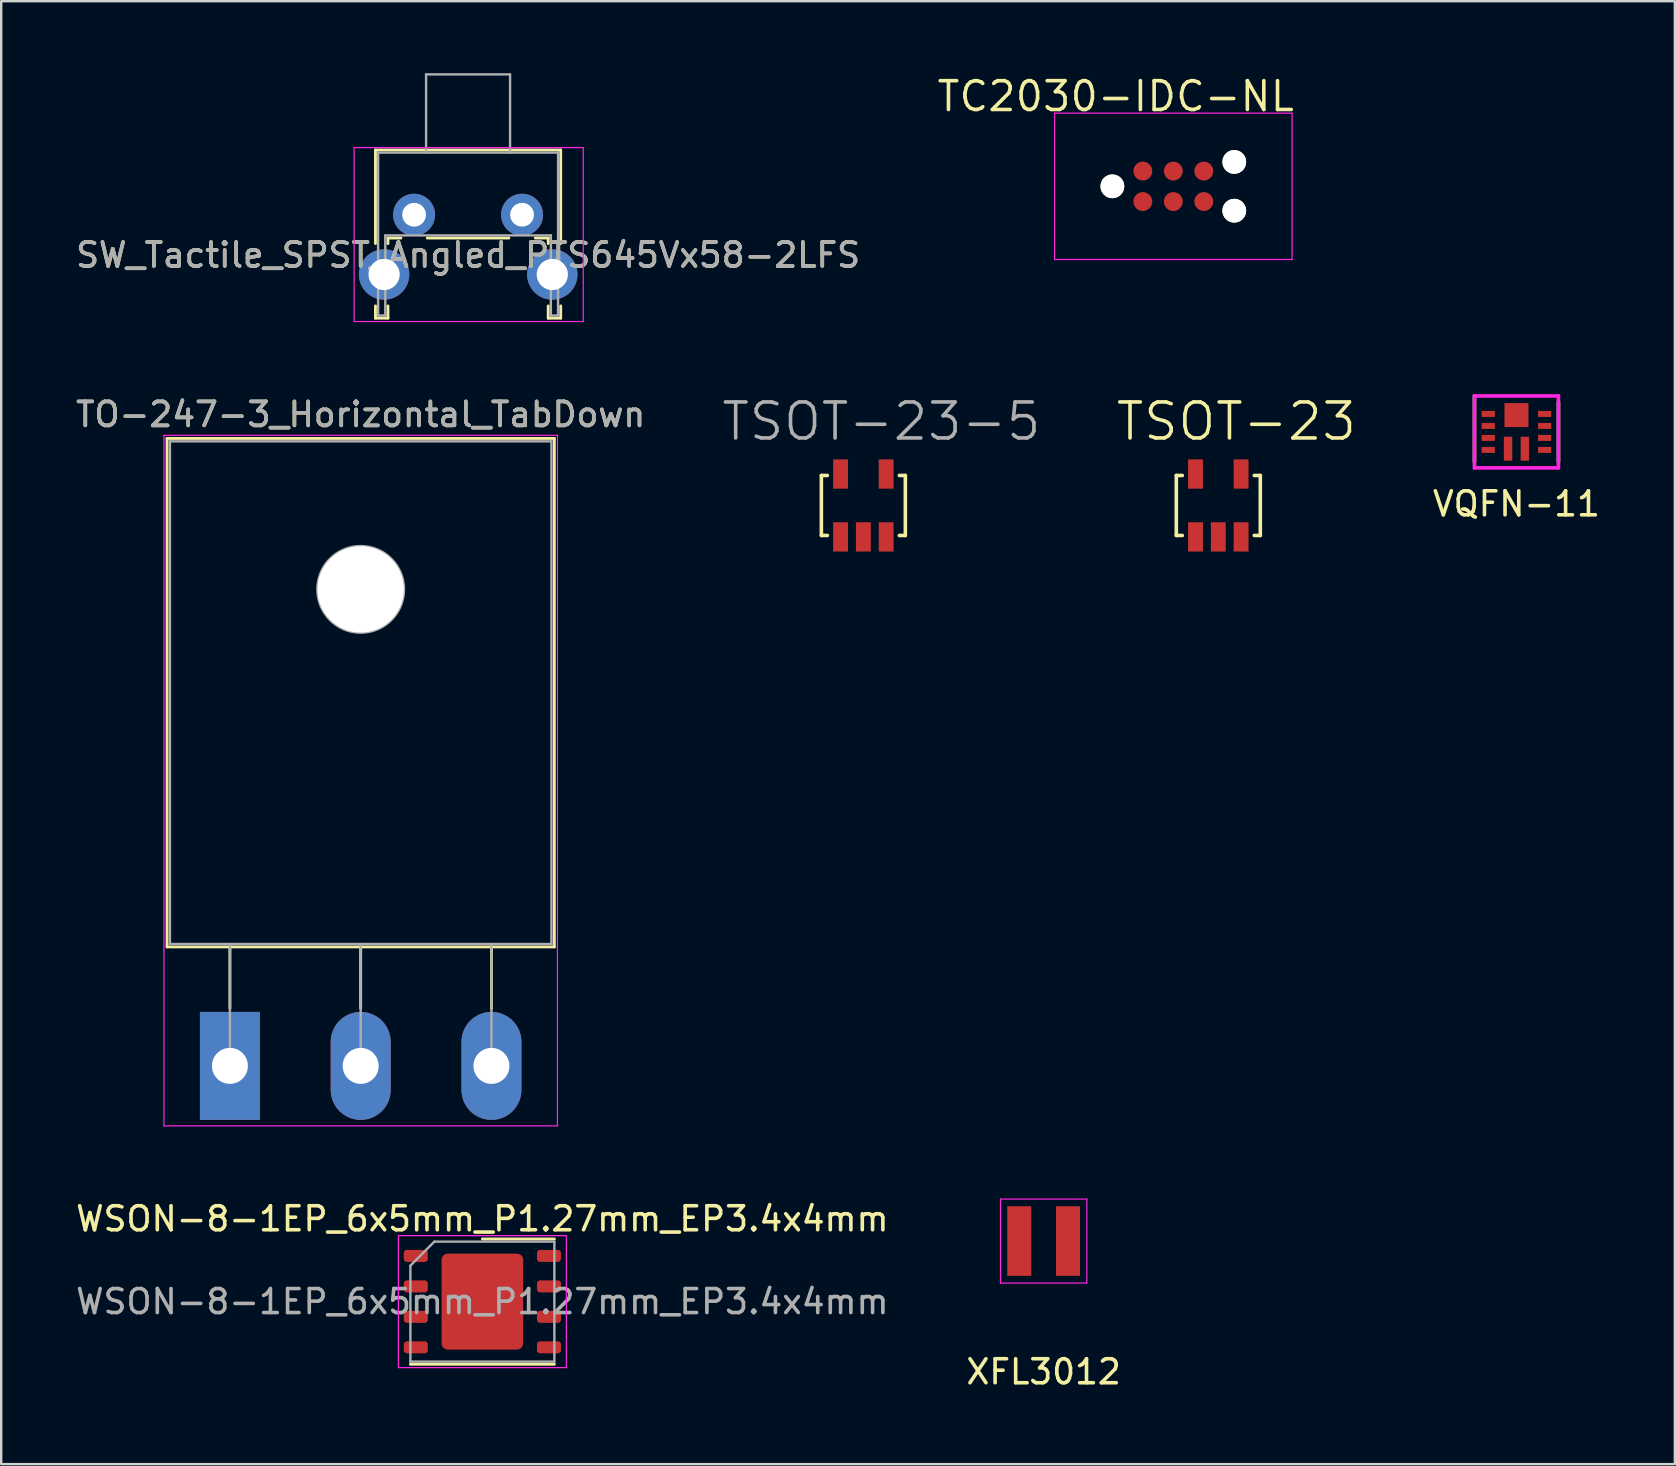
<source format=kicad_pcb>
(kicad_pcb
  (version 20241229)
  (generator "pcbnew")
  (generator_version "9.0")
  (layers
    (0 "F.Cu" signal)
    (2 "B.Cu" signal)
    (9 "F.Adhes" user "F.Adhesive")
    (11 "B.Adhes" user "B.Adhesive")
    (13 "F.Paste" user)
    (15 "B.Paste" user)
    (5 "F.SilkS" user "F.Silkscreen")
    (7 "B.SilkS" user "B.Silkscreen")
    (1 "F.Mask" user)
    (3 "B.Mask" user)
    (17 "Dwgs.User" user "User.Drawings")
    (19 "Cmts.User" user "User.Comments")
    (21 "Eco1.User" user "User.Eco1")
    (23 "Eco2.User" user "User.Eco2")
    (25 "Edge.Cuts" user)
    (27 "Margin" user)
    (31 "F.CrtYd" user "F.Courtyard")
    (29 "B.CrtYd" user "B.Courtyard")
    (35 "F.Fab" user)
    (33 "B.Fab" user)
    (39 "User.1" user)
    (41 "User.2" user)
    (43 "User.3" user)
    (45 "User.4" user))
  (footprint "WSON-8-1EP_6x5mm_P1.27mm_EP3.4x4mm"
    (layer "F.Cu")
    (at 17.054 51.197)
    (property "Reference" "WSON-8-1EP_6x5mm_P1.27mm_EP3.4x4mm" (at 0 -3.45 0) (layer "F.SilkS") (effects (font (size 1 1) (thickness 0.15))))
    (attr smd)
    (fp_line (start -3 2.61) (end 3 2.61) (stroke (width 0.12) (type solid)) (layer "F.SilkS"))
    (fp_line (start 0 -2.61) (end 3 -2.61) (stroke (width 0.12) (type solid)) (layer "F.SilkS"))
    (fp_line (start -3.5 -2.75) (end -3.5 2.75) (stroke (width 0.05) (type solid)) (layer "F.CrtYd"))
    (fp_line (start -3.5 2.75) (end 3.5 2.75) (stroke (width 0.05) (type solid)) (layer "F.CrtYd"))
    (fp_line (start 3.5 -2.75) (end -3.5 -2.75) (stroke (width 0.05) (type solid)) (layer "F.CrtYd"))
    (fp_line (start 3.5 2.75) (end 3.5 -2.75) (stroke (width 0.05) (type solid)) (layer "F.CrtYd"))
    (fp_line (start -3 -1.5) (end -2 -2.5) (stroke (width 0.1) (type solid)) (layer "F.Fab"))
    (fp_line (start -3 2.5) (end -3 -1.5) (stroke (width 0.1) (type solid)) (layer "F.Fab"))
    (fp_line (start -2 -2.5) (end 3 -2.5) (stroke (width 0.1) (type solid)) (layer "F.Fab"))
    (fp_line (start 3 -2.5) (end 3 2.5) (stroke (width 0.1) (type solid)) (layer "F.Fab"))
    (fp_line (start 3 2.5) (end -3 2.5) (stroke (width 0.1) (type solid)) (layer "F.Fab"))
    (fp_text user "${REFERENCE}" (at 0 0 0) (layer "F.Fab") (effects (font (size 1 1) (thickness 0.15))))
    (pad "" smd roundrect (at -0.85 -1) (size 1.37 1.61) (layers "F.Paste") (roundrect_rratio 0.182))
    (pad "" smd roundrect (at -0.85 1) (size 1.37 1.61) (layers "F.Paste") (roundrect_rratio 0.182))
    (pad "" smd roundrect (at 0.85 -1) (size 1.37 1.61) (layers "F.Paste") (roundrect_rratio 0.182))
    (pad "" smd roundrect (at 0.85 1) (size 1.37 1.61) (layers "F.Paste") (roundrect_rratio 0.182))
    (pad "1" smd roundrect (at -2.775 -1.905) (size 1 0.5) (layers "F.Cu" "F.Mask" "F.Paste") (roundrect_rratio 0.25))
    (pad "2" smd roundrect (at -2.775 -0.635) (size 1 0.5) (layers "F.Cu" "F.Mask" "F.Paste") (roundrect_rratio 0.25))
    (pad "3" smd roundrect (at -2.775 0.635) (size 1 0.5) (layers "F.Cu" "F.Mask" "F.Paste") (roundrect_rratio 0.25))
    (pad "4" smd roundrect (at -2.775 1.905) (size 1 0.5) (layers "F.Cu" "F.Mask" "F.Paste") (roundrect_rratio 0.25))
    (pad "5" smd roundrect (at 2.775 1.905) (size 1 0.5) (layers "F.Cu" "F.Mask" "F.Paste") (roundrect_rratio 0.25))
    (pad "6" smd roundrect (at 2.775 0.635) (size 1 0.5) (layers "F.Cu" "F.Mask" "F.Paste") (roundrect_rratio 0.25))
    (pad "7" smd roundrect (at 2.775 -0.635) (size 1 0.5) (layers "F.Cu" "F.Mask" "F.Paste") (roundrect_rratio 0.25))
    (pad "8" smd roundrect (at 2.775 -1.905) (size 1 0.5) (layers "F.Cu" "F.Mask" "F.Paste") (roundrect_rratio 0.25))
    (pad "9" smd roundrect (at 0 0) (size 3.4 4) (layers "F.Cu" "F.Mask") (roundrect_rratio 0.074)))
  (footprint "SW_Tactile_SPST_Angled_PTS645Vx58-2LFS"
    (layer "F.Cu")
    (at 16.458 5.9)
    (property "Reference" "SW_Tactile_SPST_Angled_PTS645Vx58-2LFS" (at 0 1.68 0) (layer "F.SilkS") (effects (font (size 1 1) (thickness 0.15))))
    (attr through_hole)
    (fp_line (start -3.86 -2.7) (end -3.86 1.2) (stroke (width 0.12) (type solid)) (layer "F.SilkS"))
    (fp_line (start -3.86 -2.7) (end 3.86 -2.7) (stroke (width 0.12) (type solid)) (layer "F.SilkS"))
    (fp_line (start -3.86 3.8) (end -3.86 4.31) (stroke (width 0.12) (type solid)) (layer "F.SilkS"))
    (fp_line (start -3.86 4.31) (end -3.34 4.31) (stroke (width 0.12) (type solid)) (layer "F.SilkS"))
    (fp_line (start -3.34 0.97) (end -3.34 1.2) (stroke (width 0.12) (type solid)) (layer "F.SilkS"))
    (fp_line (start -3.34 0.97) (end -2.8 0.97) (stroke (width 0.12) (type solid)) (layer "F.SilkS"))
    (fp_line (start -3.34 3.8) (end -3.34 4.31) (stroke (width 0.12) (type solid)) (layer "F.SilkS"))
    (fp_line (start -1.7 0.97) (end 1.7 0.97) (stroke (width 0.12) (type solid)) (layer "F.SilkS"))
    (fp_line (start 2.8 0.97) (end 3.34 0.97) (stroke (width 0.12) (type solid)) (layer "F.SilkS"))
    (fp_line (start 3.34 0.97) (end 3.34 1.2) (stroke (width 0.12) (type solid)) (layer "F.SilkS"))
    (fp_line (start 3.34 3.8) (end 3.34 4.31) (stroke (width 0.12) (type solid)) (layer "F.SilkS"))
    (fp_line (start 3.34 4.31) (end 3.86 4.31) (stroke (width 0.12) (type solid)) (layer "F.SilkS"))
    (fp_line (start 3.86 -2.7) (end 3.86 1.2) (stroke (width 0.12) (type solid)) (layer "F.SilkS"))
    (fp_line (start 3.86 3.8) (end 3.86 4.31) (stroke (width 0.12) (type solid)) (layer "F.SilkS"))
    (fp_line (start -4.75 -2.8) (end 4.8 -2.8) (stroke (width 0.05) (type solid)) (layer "F.CrtYd"))
    (fp_line (start -4.75 4.45) (end -4.75 -2.8) (stroke (width 0.05) (type solid)) (layer "F.CrtYd"))
    (fp_line (start 4.8 -2.8) (end 4.8 4.45) (stroke (width 0.05) (type solid)) (layer "F.CrtYd"))
    (fp_line (start 4.8 4.45) (end -4.75 4.45) (stroke (width 0.05) (type solid)) (layer "F.CrtYd"))
    (fp_line (start -3.75 -2.59) (end 3.75 -2.59) (stroke (width 0.1) (type solid)) (layer "F.Fab"))
    (fp_line (start -3.75 4.2) (end -3.75 -2.59) (stroke (width 0.1) (type solid)) (layer "F.Fab"))
    (fp_line (start -3.75 4.2) (end -3.45 4.2) (stroke (width 0.1) (type solid)) (layer "F.Fab"))
    (fp_line (start -3.45 0.86) (end 3.45 0.86) (stroke (width 0.1) (type solid)) (layer "F.Fab"))
    (fp_line (start -3.45 4.2) (end -3.45 0.86) (stroke (width 0.1) (type solid)) (layer "F.Fab"))
    (fp_line (start -1.75 -5.85) (end -1.75 -2.59) (stroke (width 0.1) (type solid)) (layer "F.Fab"))
    (fp_line (start -1.75 -5.85) (end 1.75 -5.85) (stroke (width 0.1) (type solid)) (layer "F.Fab"))
    (fp_line (start 1.75 -5.85) (end 1.75 -2.59) (stroke (width 0.1) (type solid)) (layer "F.Fab"))
    (fp_line (start 3.45 4.2) (end 3.45 0.86) (stroke (width 0.1) (type solid)) (layer "F.Fab"))
    (fp_line (start 3.45 4.2) (end 3.75 4.2) (stroke (width 0.1) (type solid)) (layer "F.Fab"))
    (fp_line (start 3.75 4.2) (end 3.75 -2.59) (stroke (width 0.1) (type solid)) (layer "F.Fab"))
    (fp_text user "${REFERENCE}" (at 0 1.68 0) (layer "F.Fab") (effects (font (size 1 1) (thickness 0.15))))
    (pad "" thru_hole circle (at -3.5 2.49) (size 2.1 2.1) (drill 1.3) (layers "*.Cu" "*.Mask"))
    (pad "" thru_hole circle (at 3.51 2.49) (size 2.1 2.1) (drill 1.3) (layers "*.Cu" "*.Mask"))
    (pad "1" thru_hole circle (at -2.25 0) (size 1.75 1.75) (drill 0.99) (layers "*.Cu" "*.Mask"))
    (pad "2" thru_hole circle (at 2.25 0) (size 1.75 1.75) (drill 0.99) (layers "*.Cu" "*.Mask")))
  (footprint "TO-247-3_Horizontal_TabDown"
    (layer "F.Cu")
    (at 6.532 41.373)
    (property "Reference" "TO-247-3_Horizontal_TabDown" (at 5.45 -27.15 0) (layer "F.SilkS") (effects (font (size 1 1) (thickness 0.15))))
    (attr through_hole)
    (fp_line (start -2.62 -26.15) (end -2.62 -4.96) (stroke (width 0.12) (type solid)) (layer "F.SilkS"))
    (fp_line (start -2.62 -26.15) (end 13.52 -26.15) (stroke (width 0.12) (type solid)) (layer "F.SilkS"))
    (fp_line (start -2.62 -4.96) (end 13.52 -4.96) (stroke (width 0.12) (type solid)) (layer "F.SilkS"))
    (fp_line (start 0 -4.96) (end 0 -2.4) (stroke (width 0.12) (type solid)) (layer "F.SilkS"))
    (fp_line (start 5.45 -4.96) (end 5.45 -2.4) (stroke (width 0.12) (type solid)) (layer "F.SilkS"))
    (fp_line (start 10.9 -4.96) (end 10.9 -2.4) (stroke (width 0.12) (type solid)) (layer "F.SilkS"))
    (fp_line (start 13.52 -26.15) (end 13.52 -4.96) (stroke (width 0.12) (type solid)) (layer "F.SilkS"))
    (fp_line (start -2.75 -26.28) (end -2.75 2.5) (stroke (width 0.05) (type solid)) (layer "F.CrtYd"))
    (fp_line (start -2.75 2.5) (end 13.65 2.5) (stroke (width 0.05) (type solid)) (layer "F.CrtYd"))
    (fp_line (start 13.65 -26.28) (end -2.75 -26.28) (stroke (width 0.05) (type solid)) (layer "F.CrtYd"))
    (fp_line (start 13.65 2.5) (end 13.65 -26.28) (stroke (width 0.05) (type solid)) (layer "F.CrtYd"))
    (fp_line (start -2.5 -26.03) (end 13.4 -26.03) (stroke (width 0.1) (type solid)) (layer "F.Fab"))
    (fp_line (start -2.5 -5.08) (end -2.5 -26.03) (stroke (width 0.1) (type solid)) (layer "F.Fab"))
    (fp_line (start 0 -5.08) (end 0 0) (stroke (width 0.1) (type solid)) (layer "F.Fab"))
    (fp_line (start 5.45 -5.08) (end 5.45 0) (stroke (width 0.1) (type solid)) (layer "F.Fab"))
    (fp_line (start 10.9 -5.08) (end 10.9 0) (stroke (width 0.1) (type solid)) (layer "F.Fab"))
    (fp_line (start 13.4 -26.03) (end 13.4 -5.08) (stroke (width 0.1) (type solid)) (layer "F.Fab"))
    (fp_line (start 13.4 -5.08) (end -2.5 -5.08) (stroke (width 0.1) (type solid)) (layer "F.Fab"))
    (fp_circle (center 5.45 -19.86) (end 7.255 -19.86) (stroke (width 0.1) (type solid)) (fill no) (layer "F.Fab"))
    (fp_text user "${REFERENCE}" (at 5.45 -27.15 0) (layer "F.Fab") (effects (font (size 1 1) (thickness 0.15))))
    (pad "" np_thru_hole oval (at 5.45 -19.86) (size 3.6 3.6) (drill 3.6) (layers "*.Cu" "*.Mask"))
    (pad "1" thru_hole rect (at 0 0) (size 2.5 4.5) (drill 1.5) (layers "*.Cu" "*.Mask"))
    (pad "2" thru_hole oval (at 5.45 0) (size 2.5 4.5) (drill 1.5) (layers "*.Cu" "*.Mask"))
    (pad "3" thru_hole oval (at 10.9 0) (size 2.5 4.5) (drill 1.5) (layers "*.Cu" "*.Mask")))
  (footprint "XFL3012"
    (layer "F.Cu")
    (at 40.446 48.673)
    (property "Reference" "XFL3012" (at 0 5.45 0) (layer "F.SilkS") (effects (font (size 1 1) (thickness 0.15))))
    (attr through_hole)
    (fp_line (start -1.8 -1.75) (end 1.8 -1.75) (stroke (width 0.05) (type solid)) (layer "F.CrtYd"))
    (fp_line (start -1.8 1.75) (end -1.8 -1.75) (stroke (width 0.05) (type solid)) (layer "F.CrtYd"))
    (fp_line (start 1.8 -1.75) (end 1.8 1.75) (stroke (width 0.05) (type solid)) (layer "F.CrtYd"))
    (fp_line (start 1.8 1.75) (end -1.8 1.75) (stroke (width 0.05) (type solid)) (layer "F.CrtYd"))
    (pad "1" smd rect (at -1.015 0) (size 1 2.9) (layers "F.Cu" "F.Mask" "F.Paste"))
    (pad "2" smd rect (at 1.015 0) (size 1 2.9) (layers "F.Cu" "F.Mask" "F.Paste")))
  (footprint "TC2030-IDC-NL"
    (layer "F.Cu")
    (at 45.85 4.715)
    (property "Reference" "TC2030-IDC-NL" (at -2.4 -3.75 0) (layer "F.SilkS") (effects (font (size 1.2 1.2) (thickness 0.15))))
    (attr through_hole)
    (fp_line (start -4.95 -3.05) (end -4.95 3.05) (stroke (width 0.05) (type solid)) (layer "F.CrtYd"))
    (fp_line (start -4.95 3.05) (end 4.95 3.05) (stroke (width 0.05) (type solid)) (layer "F.CrtYd"))
    (fp_line (start 4.95 -3.05) (end -4.95 -3.05) (stroke (width 0.05) (type solid)) (layer "F.CrtYd"))
    (fp_line (start 4.95 -3.05) (end 4.95 3.05) (stroke (width 0.05) (type solid)) (layer "F.CrtYd"))
    (pad "" np_thru_hole circle (at -2.54 0 180) (size 0.991 0.991) (drill 0.991) (layers "*.Cu" "*.Mask" "F.SilkS"))
    (pad "" np_thru_hole circle (at 2.54 -1.016) (size 0.991 0.991) (drill 0.991) (layers "*.Cu" "*.Mask" "F.SilkS"))
    (pad "" np_thru_hole circle (at 2.54 1.016 180) (size 0.991 0.991) (drill 0.991) (layers "*.Cu" "*.Mask" "F.SilkS"))
    (pad "1" smd oval (at -1.27 0.635 270) (size 0.787 0.787) (layers "F.Cu" "F.Mask"))
    (pad "2" smd oval (at -1.27 -0.635 90) (size 0.787 0.787) (layers "F.Cu" "F.Mask"))
    (pad "3" smd oval (at 0 0.635 270) (size 0.787 0.787) (layers "F.Cu" "F.Mask"))
    (pad "4" smd oval (at 0 -0.635 90) (size 0.787 0.787) (layers "F.Cu" "F.Mask"))
    (pad "5" smd oval (at 1.27 0.635 270) (size 0.787 0.787) (layers "F.Cu" "F.Mask"))
    (pad "6" smd oval (at 1.27 -0.635 90) (size 0.787 0.787) (layers "F.Cu" "F.Mask")))
  (footprint "VQFN-11"
    (layer "F.Cu")
    (at 60.151 14.95)
    (property "Reference" "VQFN-11" (at 0 3 0) (layer "F.SilkS") (effects (font (size 1 1) (thickness 0.15))))
    (attr through_hole)
    (fp_line (start -1.75 -1.5) (end -1.75 1.25) (stroke (width 0.15) (type solid)) (layer "F.SilkS"))
    (fp_line (start 1.75 -1.25) (end 1.75 1.25) (stroke (width 0.15) (type solid)) (layer "F.SilkS"))
    (fp_line (start -1.75 -1.5) (end 1.75 -1.5) (stroke (width 0.15) (type solid)) (layer "F.CrtYd"))
    (fp_line (start -1.75 1.5) (end -1.75 -1.5) (stroke (width 0.15) (type solid)) (layer "F.CrtYd"))
    (fp_line (start 1.75 -1.5) (end 1.75 1.5) (stroke (width 0.15) (type solid)) (layer "F.CrtYd"))
    (fp_line (start 1.75 1.5) (end -1.75 1.5) (stroke (width 0.15) (type solid)) (layer "F.CrtYd"))
    (pad "1" smd rect (at -1.175 -0.75) (size 0.55 0.25) (layers "F.Cu" "F.Mask" "F.Paste"))
    (pad "2" smd rect (at -1.175 -0.25) (size 0.55 0.25) (layers "F.Cu" "F.Mask" "F.Paste"))
    (pad "3" smd rect (at -1.175 0.25) (size 0.55 0.25) (layers "F.Cu" "F.Mask" "F.Paste"))
    (pad "4" smd rect (at -1.175 0.75) (size 0.55 0.25) (layers "F.Cu" "F.Mask" "F.Paste"))
    (pad "5" smd rect (at -0.35 0.7) (size 0.35 1) (layers "F.Cu" "F.Mask" "F.Paste"))
    (pad "6" smd rect (at 0.35 0.7) (size 0.35 1) (layers "F.Cu" "F.Mask" "F.Paste"))
    (pad "7" smd rect (at 1.175 0.75) (size 0.55 0.25) (layers "F.Cu" "F.Mask" "F.Paste"))
    (pad "8" smd rect (at 1.175 0.25) (size 0.55 0.25) (layers "F.Cu" "F.Mask" "F.Paste"))
    (pad "9" smd rect (at 1.175 -0.25) (size 0.55 0.25) (layers "F.Cu" "F.Mask" "F.Paste"))
    (pad "10" smd rect (at 1.175 -0.75) (size 0.55 0.25) (layers "F.Cu" "F.Mask" "F.Paste"))
    (pad "11" smd rect (at 0 -0.7) (size 1 1) (layers "F.Cu" "F.Mask" "F.Paste")))
  (footprint "TSOT-23"
    (layer "F.Cu")
    (at 47.725 18.016)
    (property "Reference" "TSOT-23" (at 0.75 -3.5 0) (layer "F.SilkS") (effects (font (size 1.5 1.5) (thickness 0.15))))
    (attr through_hole)
    (fp_line (start -1.75 -1.25) (end -1.75 1.25) (stroke (width 0.15) (type solid)) (layer "F.SilkS"))
    (fp_line (start -1.75 -1.25) (end -1.5 -1.25) (stroke (width 0.15) (type solid)) (layer "F.SilkS"))
    (fp_line (start -1.75 1.25) (end -1.5 1.25) (stroke (width 0.15) (type solid)) (layer "F.SilkS"))
    (fp_line (start 1.5 1.25) (end 1.75 1.25) (stroke (width 0.15) (type solid)) (layer "F.SilkS"))
    (fp_line (start 1.75 -1.25) (end 1.5 -1.25) (stroke (width 0.15) (type solid)) (layer "F.SilkS"))
    (fp_line (start 1.75 1.25) (end 1.75 -1.25) (stroke (width 0.15) (type solid)) (layer "F.SilkS"))
    (pad "1" smd rect (at -0.95 1.31) (size 0.62 1.22) (layers "F.Cu" "F.Mask" "F.Paste"))
    (pad "2" smd rect (at 0 1.31) (size 0.62 1.22) (layers "F.Cu" "F.Mask" "F.Paste"))
    (pad "3" smd rect (at 0.95 1.31) (size 0.62 1.22) (layers "F.Cu" "F.Mask" "F.Paste"))
    (pad "4" smd rect (at 0.95 -1.31) (size 0.62 1.22) (layers "F.Cu" "F.Mask" "F.Paste"))
    (pad "5" smd rect (at -0.95 -1.31) (size 0.62 1.22) (layers "F.Cu" "F.Mask" "F.Paste")))
  (footprint "TSOT-23-5"
    (layer "F.Cu")
    (at 32.932 18.016)
    (property "Reference" "TSOT-23-5" (at 0.75 -3.5 0) (layer "F.Fab") (effects (font (size 1.5 1.5) (thickness 0.15))))
    (attr through_hole)
    (fp_line (start -1.75 -1.25) (end -1.75 1.25) (stroke (width 0.15) (type solid)) (layer "F.SilkS"))
    (fp_line (start -1.75 -1.25) (end -1.5 -1.25) (stroke (width 0.15) (type solid)) (layer "F.SilkS"))
    (fp_line (start -1.75 1.25) (end -1.5 1.25) (stroke (width 0.15) (type solid)) (layer "F.SilkS"))
    (fp_line (start 1.5 1.25) (end 1.75 1.25) (stroke (width 0.15) (type solid)) (layer "F.SilkS"))
    (fp_line (start 1.75 -1.25) (end 1.5 -1.25) (stroke (width 0.15) (type solid)) (layer "F.SilkS"))
    (fp_line (start 1.75 1.25) (end 1.75 -1.25) (stroke (width 0.15) (type solid)) (layer "F.SilkS"))
    (pad "1" smd rect (at -0.95 1.31) (size 0.62 1.22) (layers "F.Cu" "F.Mask" "F.Paste"))
    (pad "2" smd rect (at 0 1.31) (size 0.62 1.22) (layers "F.Cu" "F.Mask" "F.Paste"))
    (pad "3" smd rect (at 0.95 1.31) (size 0.62 1.22) (layers "F.Cu" "F.Mask" "F.Paste"))
    (pad "4" smd rect (at 0.95 -1.31) (size 0.62 1.22) (layers "F.Cu" "F.Mask" "F.Paste"))
    (pad "5" smd rect (at -0.95 -1.31) (size 0.62 1.22) (layers "F.Cu" "F.Mask" "F.Paste")))
  (gr_rect
    (start -3 -3)
    (end 66.752 57.971)
    (stroke (width 0.1) (type default))
    (fill no)
    (layer "Edge.Cuts")))
</source>
